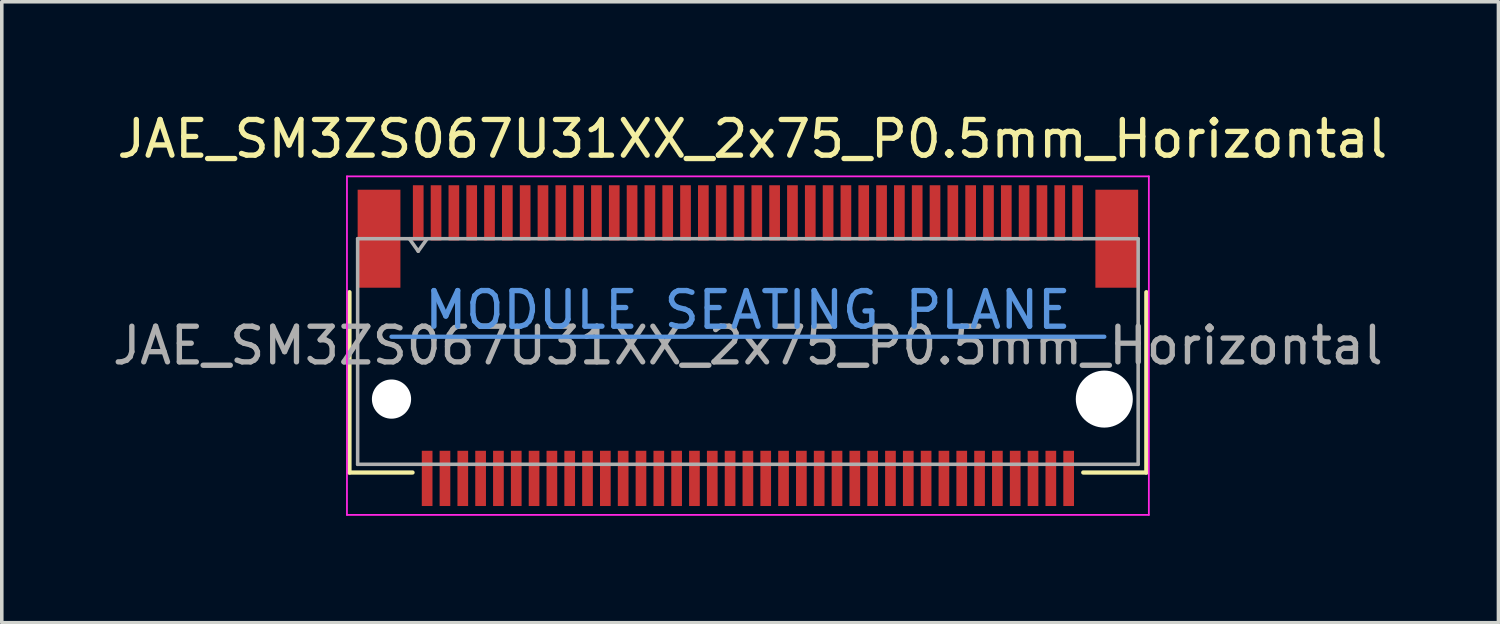
<source format=kicad_pcb>
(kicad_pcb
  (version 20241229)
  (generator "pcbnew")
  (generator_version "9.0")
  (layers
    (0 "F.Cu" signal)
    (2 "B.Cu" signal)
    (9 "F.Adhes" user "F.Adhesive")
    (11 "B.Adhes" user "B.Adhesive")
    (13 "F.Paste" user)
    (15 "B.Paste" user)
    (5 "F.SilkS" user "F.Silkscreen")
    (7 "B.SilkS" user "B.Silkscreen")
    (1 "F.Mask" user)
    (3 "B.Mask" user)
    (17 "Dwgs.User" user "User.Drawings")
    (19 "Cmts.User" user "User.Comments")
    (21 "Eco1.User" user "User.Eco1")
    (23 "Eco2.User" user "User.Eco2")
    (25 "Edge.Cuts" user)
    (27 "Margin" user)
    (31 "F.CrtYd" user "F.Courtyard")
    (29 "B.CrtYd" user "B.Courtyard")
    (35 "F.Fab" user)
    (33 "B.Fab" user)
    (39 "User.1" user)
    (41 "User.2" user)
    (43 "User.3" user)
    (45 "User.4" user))
  (footprint "JAE_SM3ZS067U31XX_2x75_P0.5mm_Horizontal"
    (layer "F.Cu")
    (at 17.935 6.648)
    (property "Reference" "JAE_SM3ZS067U31XX_2x75_P0.5mm_Horizontal" (at 0.125 -5.8 0) (layer "F.SilkS") (effects (font (size 1 1) (thickness 0.15))))
    (attr smd)
    (fp_line (start -11.18 3.56) (end -11.18 -1.5) (stroke (width 0.12) (type solid)) (layer "F.SilkS"))
    (fp_line (start -9.41 3.56) (end -11.18 3.56) (stroke (width 0.12) (type solid)) (layer "F.SilkS"))
    (fp_line (start 9.41 3.56) (end 11.18 3.56) (stroke (width 0.12) (type solid)) (layer "F.SilkS"))
    (fp_line (start 11.18 3.56) (end 11.18 -1.5) (stroke (width 0.12) (type solid)) (layer "F.SilkS"))
    (fp_line (start -10 -0.25) (end 10 -0.25) (stroke (width 0.12) (type solid)) (layer "Cmts.User"))
    (fp_line (start -11.25 -4.75) (end 11.25 -4.75) (stroke (width 0.05) (type solid)) (layer "F.CrtYd"))
    (fp_line (start -11.25 4.75) (end -11.25 -4.75) (stroke (width 0.05) (type solid)) (layer "F.CrtYd"))
    (fp_line (start 11.25 -4.75) (end 11.25 4.75) (stroke (width 0.05) (type solid)) (layer "F.CrtYd"))
    (fp_line (start 11.25 4.75) (end -11.25 4.75) (stroke (width 0.05) (type solid)) (layer "F.CrtYd"))
    (fp_line (start -10.95 -3) (end -10.95 3.33) (stroke (width 0.1) (type solid)) (layer "F.Fab"))
    (fp_line (start -10.95 3.33) (end 10.95 3.33) (stroke (width 0.1) (type solid)) (layer "F.Fab"))
    (fp_line (start -9.25 -2.65) (end -9.5 -3) (stroke (width 0.1) (type solid)) (layer "F.Fab"))
    (fp_line (start -9 -3) (end -9.25 -2.65) (stroke (width 0.1) (type solid)) (layer "F.Fab"))
    (fp_line (start 10.95 -3) (end -10.95 -3) (stroke (width 0.1) (type solid)) (layer "F.Fab"))
    (fp_line (start 10.95 3.33) (end 10.95 -3) (stroke (width 0.1) (type solid)) (layer "F.Fab"))
    (fp_text user "MODULE SEATING PLANE" (at 0 -1 0) (layer "Cmts.User") (effects (font (size 1 1) (thickness 0.15))))
    (fp_text user "${REFERENCE}" (at 0 0 0) (unlocked yes) (layer "F.Fab") (effects (font (size 1 1) (thickness 0.15))))
    (pad "" np_thru_hole circle (at -10 1.5) (size 1.1 1.1) (drill 1.1) (layers "*.Cu" "*.Mask"))
    (pad "" np_thru_hole circle (at 10 1.5) (size 1.6 1.6) (drill 1.6) (layers "*.Cu" "*.Mask"))
    (pad "1" smd rect (at -9.25 -3.725) (size 0.3 1.55) (layers "F.Cu" "F.Mask" "F.Paste"))
    (pad "2" smd rect (at -9 3.725) (size 0.3 1.55) (layers "F.Cu" "F.Mask" "F.Paste"))
    (pad "3" smd rect (at -8.75 -3.725) (size 0.3 1.55) (layers "F.Cu" "F.Mask" "F.Paste"))
    (pad "4" smd rect (at -8.5 3.725) (size 0.3 1.55) (layers "F.Cu" "F.Mask" "F.Paste"))
    (pad "5" smd rect (at -8.25 -3.725) (size 0.3 1.55) (layers "F.Cu" "F.Mask" "F.Paste"))
    (pad "6" smd rect (at -8 3.725) (size 0.3 1.55) (layers "F.Cu" "F.Mask" "F.Paste"))
    (pad "7" smd rect (at -7.75 -3.725) (size 0.3 1.55) (layers "F.Cu" "F.Mask" "F.Paste"))
    (pad "8" smd rect (at -7.5 3.725) (size 0.3 1.55) (layers "F.Cu" "F.Mask" "F.Paste"))
    (pad "9" smd rect (at -7.25 -3.725) (size 0.3 1.55) (layers "F.Cu" "F.Mask" "F.Paste"))
    (pad "10" smd rect (at -7 3.725) (size 0.3 1.55) (layers "F.Cu" "F.Mask" "F.Paste"))
    (pad "11" smd rect (at -6.75 -3.725) (size 0.3 1.55) (layers "F.Cu" "F.Mask" "F.Paste"))
    (pad "12" smd rect (at -6.5 3.725) (size 0.3 1.55) (layers "F.Cu" "F.Mask" "F.Paste"))
    (pad "13" smd rect (at -6.25 -3.725) (size 0.3 1.55) (layers "F.Cu" "F.Mask" "F.Paste"))
    (pad "14" smd rect (at -6 3.725) (size 0.3 1.55) (layers "F.Cu" "F.Mask" "F.Paste"))
    (pad "15" smd rect (at -5.75 -3.725) (size 0.3 1.55) (layers "F.Cu" "F.Mask" "F.Paste"))
    (pad "16" smd rect (at -5.5 3.725) (size 0.3 1.55) (layers "F.Cu" "F.Mask" "F.Paste"))
    (pad "17" smd rect (at -5.25 -3.725) (size 0.3 1.55) (layers "F.Cu" "F.Mask" "F.Paste"))
    (pad "18" smd rect (at -5 3.725) (size 0.3 1.55) (layers "F.Cu" "F.Mask" "F.Paste"))
    (pad "19" smd rect (at -4.75 -3.725) (size 0.3 1.55) (layers "F.Cu" "F.Mask" "F.Paste"))
    (pad "20" smd rect (at -4.5 3.725) (size 0.3 1.55) (layers "F.Cu" "F.Mask" "F.Paste"))
    (pad "21" smd rect (at -4.25 -3.725) (size 0.3 1.55) (layers "F.Cu" "F.Mask" "F.Paste"))
    (pad "22" smd rect (at -4 3.725) (size 0.3 1.55) (layers "F.Cu" "F.Mask" "F.Paste"))
    (pad "23" smd rect (at -3.75 -3.725) (size 0.3 1.55) (layers "F.Cu" "F.Mask" "F.Paste"))
    (pad "24" smd rect (at -3.5 3.725) (size 0.3 1.55) (layers "F.Cu" "F.Mask" "F.Paste"))
    (pad "25" smd rect (at -3.25 -3.725) (size 0.3 1.55) (layers "F.Cu" "F.Mask" "F.Paste"))
    (pad "26" smd rect (at -3 3.725) (size 0.3 1.55) (layers "F.Cu" "F.Mask" "F.Paste"))
    (pad "27" smd rect (at -2.75 -3.725) (size 0.3 1.55) (layers "F.Cu" "F.Mask" "F.Paste"))
    (pad "28" smd rect (at -2.5 3.725) (size 0.3 1.55) (layers "F.Cu" "F.Mask" "F.Paste"))
    (pad "29" smd rect (at -2.25 -3.725) (size 0.3 1.55) (layers "F.Cu" "F.Mask" "F.Paste"))
    (pad "30" smd rect (at -2 3.725) (size 0.3 1.55) (layers "F.Cu" "F.Mask" "F.Paste"))
    (pad "31" smd rect (at -1.75 -3.725) (size 0.3 1.55) (layers "F.Cu" "F.Mask" "F.Paste"))
    (pad "32" smd rect (at -1.5 3.725) (size 0.3 1.55) (layers "F.Cu" "F.Mask" "F.Paste"))
    (pad "33" smd rect (at -1.25 -3.725) (size 0.3 1.55) (layers "F.Cu" "F.Mask" "F.Paste"))
    (pad "34" smd rect (at -1 3.725) (size 0.3 1.55) (layers "F.Cu" "F.Mask" "F.Paste"))
    (pad "35" smd rect (at -0.75 -3.725) (size 0.3 1.55) (layers "F.Cu" "F.Mask" "F.Paste"))
    (pad "36" smd rect (at -0.5 3.725) (size 0.3 1.55) (layers "F.Cu" "F.Mask" "F.Paste"))
    (pad "37" smd rect (at -0.25 -3.725) (size 0.3 1.55) (layers "F.Cu" "F.Mask" "F.Paste"))
    (pad "38" smd rect (at 0 3.725) (size 0.3 1.55) (layers "F.Cu" "F.Mask" "F.Paste"))
    (pad "39" smd rect (at 0.25 -3.725) (size 0.3 1.55) (layers "F.Cu" "F.Mask" "F.Paste"))
    (pad "40" smd rect (at 0.5 3.725) (size 0.3 1.55) (layers "F.Cu" "F.Mask" "F.Paste"))
    (pad "41" smd rect (at 0.75 -3.725) (size 0.3 1.55) (layers "F.Cu" "F.Mask" "F.Paste"))
    (pad "42" smd rect (at 1 3.725) (size 0.3 1.55) (layers "F.Cu" "F.Mask" "F.Paste"))
    (pad "43" smd rect (at 1.25 -3.725) (size 0.3 1.55) (layers "F.Cu" "F.Mask" "F.Paste"))
    (pad "44" smd rect (at 1.5 3.725) (size 0.3 1.55) (layers "F.Cu" "F.Mask" "F.Paste"))
    (pad "45" smd rect (at 1.75 -3.725) (size 0.3 1.55) (layers "F.Cu" "F.Mask" "F.Paste"))
    (pad "46" smd rect (at 2 3.725) (size 0.3 1.55) (layers "F.Cu" "F.Mask" "F.Paste"))
    (pad "47" smd rect (at 2.25 -3.725) (size 0.3 1.55) (layers "F.Cu" "F.Mask" "F.Paste"))
    (pad "48" smd rect (at 2.5 3.725) (size 0.3 1.55) (layers "F.Cu" "F.Mask" "F.Paste"))
    (pad "49" smd rect (at 2.75 -3.725) (size 0.3 1.55) (layers "F.Cu" "F.Mask" "F.Paste"))
    (pad "50" smd rect (at 3 3.725) (size 0.3 1.55) (layers "F.Cu" "F.Mask" "F.Paste"))
    (pad "51" smd rect (at 3.25 -3.725) (size 0.3 1.55) (layers "F.Cu" "F.Mask" "F.Paste"))
    (pad "52" smd rect (at 3.5 3.725) (size 0.3 1.55) (layers "F.Cu" "F.Mask" "F.Paste"))
    (pad "53" smd rect (at 3.75 -3.725) (size 0.3 1.55) (layers "F.Cu" "F.Mask" "F.Paste"))
    (pad "54" smd rect (at 4 3.725) (size 0.3 1.55) (layers "F.Cu" "F.Mask" "F.Paste"))
    (pad "55" smd rect (at 4.25 -3.725) (size 0.3 1.55) (layers "F.Cu" "F.Mask" "F.Paste"))
    (pad "56" smd rect (at 4.5 3.725) (size 0.3 1.55) (layers "F.Cu" "F.Mask" "F.Paste"))
    (pad "57" smd rect (at 4.75 -3.725) (size 0.3 1.55) (layers "F.Cu" "F.Mask" "F.Paste"))
    (pad "58" smd rect (at 5 3.725) (size 0.3 1.55) (layers "F.Cu" "F.Mask" "F.Paste"))
    (pad "59" smd rect (at 5.25 -3.725) (size 0.3 1.55) (layers "F.Cu" "F.Mask" "F.Paste"))
    (pad "60" smd rect (at 5.5 3.725) (size 0.3 1.55) (layers "F.Cu" "F.Mask" "F.Paste"))
    (pad "61" smd rect (at 5.75 -3.725) (size 0.3 1.55) (layers "F.Cu" "F.Mask" "F.Paste"))
    (pad "62" smd rect (at 6 3.725) (size 0.3 1.55) (layers "F.Cu" "F.Mask" "F.Paste"))
    (pad "63" smd rect (at 6.25 -3.725) (size 0.3 1.55) (layers "F.Cu" "F.Mask" "F.Paste"))
    (pad "64" smd rect (at 6.5 3.725) (size 0.3 1.55) (layers "F.Cu" "F.Mask" "F.Paste"))
    (pad "65" smd rect (at 6.75 -3.725) (size 0.3 1.55) (layers "F.Cu" "F.Mask" "F.Paste"))
    (pad "66" smd rect (at 7 3.725) (size 0.3 1.55) (layers "F.Cu" "F.Mask" "F.Paste"))
    (pad "67" smd rect (at 7.25 -3.725) (size 0.3 1.55) (layers "F.Cu" "F.Mask" "F.Paste"))
    (pad "68" smd rect (at 7.5 3.725) (size 0.3 1.55) (layers "F.Cu" "F.Mask" "F.Paste"))
    (pad "69" smd rect (at 7.75 -3.725) (size 0.3 1.55) (layers "F.Cu" "F.Mask" "F.Paste"))
    (pad "70" smd rect (at 8 3.725) (size 0.3 1.55) (layers "F.Cu" "F.Mask" "F.Paste"))
    (pad "71" smd rect (at 8.25 -3.725) (size 0.3 1.55) (layers "F.Cu" "F.Mask" "F.Paste"))
    (pad "72" smd rect (at 8.5 3.725) (size 0.3 1.55) (layers "F.Cu" "F.Mask" "F.Paste"))
    (pad "73" smd rect (at 8.75 -3.725) (size 0.3 1.55) (layers "F.Cu" "F.Mask" "F.Paste"))
    (pad "74" smd rect (at 9 3.725) (size 0.3 1.55) (layers "F.Cu" "F.Mask" "F.Paste"))
    (pad "75" smd rect (at 9.25 -3.725) (size 0.3 1.55) (layers "F.Cu" "F.Mask" "F.Paste"))
    (pad "MP" smd rect (at -10.35 -3) (size 1.2 2.75) (layers "F.Cu" "F.Mask" "F.Paste"))
    (pad "MP" smd rect (at 10.35 -3) (size 1.2 2.75) (layers "F.Cu" "F.Mask" "F.Paste")))
  (gr_rect
    (start -3 -3)
    (end 38.994 14.423)
    (stroke (width 0.1) (type default))
    (fill no)
    (layer "Edge.Cuts")))
</source>
